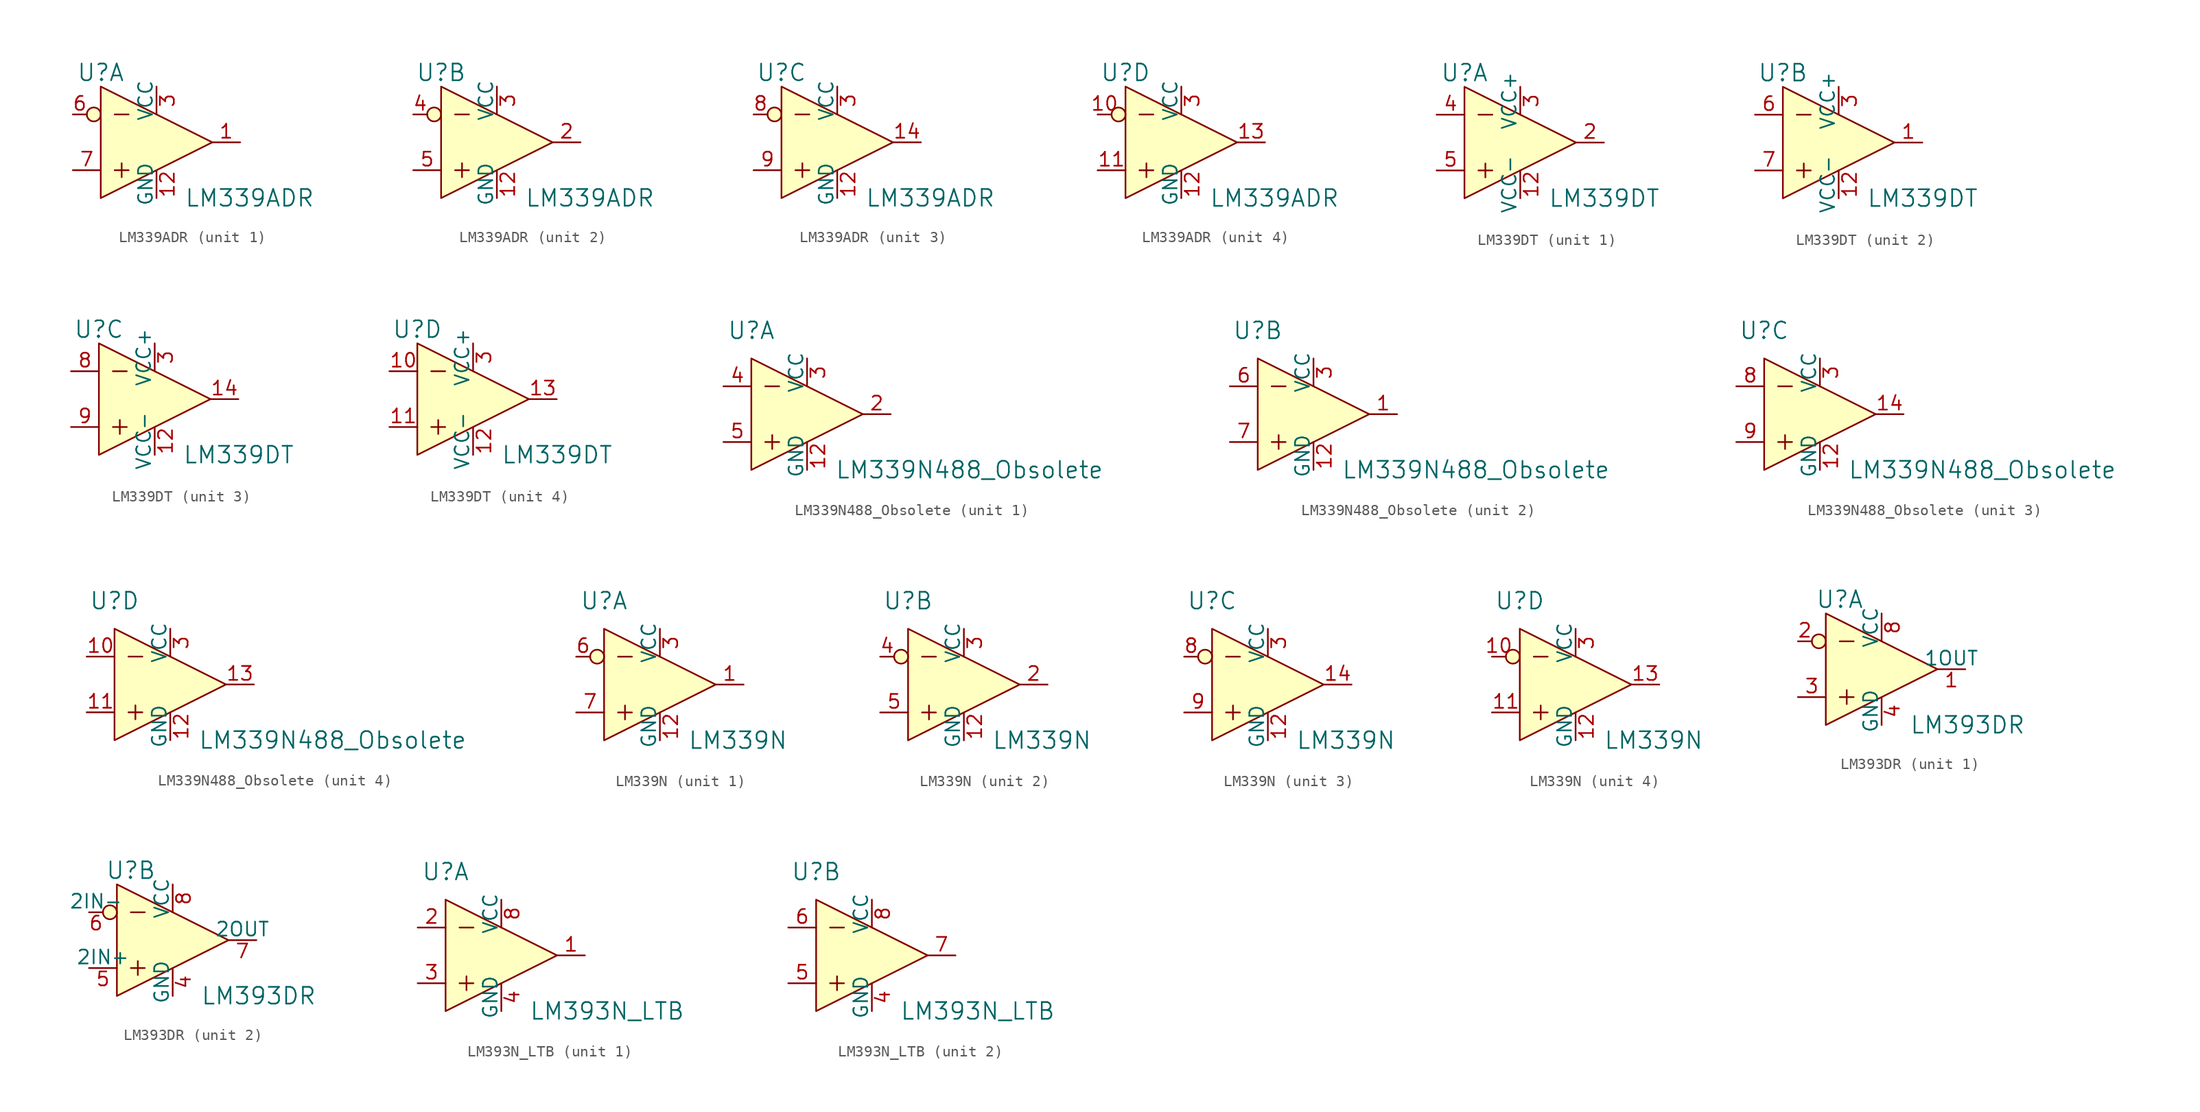
<source format=kicad_sym>
(kicad_symbol_lib
  (version 20220914)
  (generator kicad_symbol_editor)
  (symbol "LM339ADR"
    (pin_names
      (offset 0))
    (property "Reference" "U"
      (at -5.08 6.35 0)
      (effects (font (size 1.524 1.524))))
    (property "Value" "LM339ADR"
      (at 2.54 -5.08 0)
      (effects (font (size 1.524 1.524)) (justify left)))
    (property "ki_locked" ""
      (at 0 0 0)
      (effects (font (size 1.27 1.27))))
    (symbol "LM339ADR_0_1"
      (circle (center -5.715 2.54) (radius 0.635) (stroke (width 0) (type solid)) (fill (type background)))
      (polyline (pts (xy -3.81 -2.54) (xy -2.54 -2.54)) (stroke (width 0) (type solid)) (fill (type none)))
      (polyline (pts (xy -3.81 2.54) (xy -2.54 2.54)) (stroke (width 0) (type solid)) (fill (type none)))
      (polyline (pts (xy -3.175 -1.905) (xy -3.175 -3.175)) (stroke (width 0) (type solid)) (fill (type none)))
      (polyline (pts (xy -5.08 5.08) (xy -5.08 -5.08) (xy 5.08 0) (xy -5.08 5.08)) (stroke (width 0) (type solid)) (fill (type background))))
    (symbol "LM339ADR_1_1"
      (pin output line (at 7.62 0 180) (length 2.54) (name "~" (effects (font (size 1.27 1.27)))) (number "1" (effects (font (size 1.27 1.27)))))
      (pin power_in line (at 0 -5.08 90) (length 2.54) (name "GND" (effects (font (size 1.27 1.27)))) (number "12" (effects (font (size 1.27 1.27)))))
      (pin power_in line (at 0 5.08 270) (length 2.54) (name "VCC" (effects (font (size 1.27 1.27)))) (number "3" (effects (font (size 1.27 1.27)))))
      (pin input line (at -7.62 2.54 0) (length 1.27) (name "~" (effects (font (size 1.27 1.27)))) (number "6" (effects (font (size 1.27 1.27)))))
      (pin input line (at -7.62 -2.54 0) (length 2.54) (name "~" (effects (font (size 1.27 1.27)))) (number "7" (effects (font (size 1.27 1.27))))))
    (symbol "LM339ADR_2_1"
      (pin power_in line (at 0 -5.08 90) (length 2.54) (name "GND" (effects (font (size 1.27 1.27)))) (number "12" (effects (font (size 1.27 1.27)))))
      (pin output line (at 7.62 0 180) (length 2.54) (name "~" (effects (font (size 1.27 1.27)))) (number "2" (effects (font (size 1.27 1.27)))))
      (pin power_in line (at 0 5.08 270) (length 2.54) (name "VCC" (effects (font (size 1.27 1.27)))) (number "3" (effects (font (size 1.27 1.27)))))
      (pin input line (at -7.62 2.54 0) (length 1.27) (name "~" (effects (font (size 1.27 1.27)))) (number "4" (effects (font (size 1.27 1.27)))))
      (pin input line (at -7.62 -2.54 0) (length 2.54) (name "~" (effects (font (size 1.27 1.27)))) (number "5" (effects (font (size 1.27 1.27))))))
    (symbol "LM339ADR_3_1"
      (pin power_in line (at 0 -5.08 90) (length 2.54) (name "GND" (effects (font (size 1.27 1.27)))) (number "12" (effects (font (size 1.27 1.27)))))
      (pin output line (at 7.62 0 180) (length 2.54) (name "~" (effects (font (size 1.27 1.27)))) (number "14" (effects (font (size 1.27 1.27)))))
      (pin power_in line (at 0 5.08 270) (length 2.54) (name "VCC" (effects (font (size 1.27 1.27)))) (number "3" (effects (font (size 1.27 1.27)))))
      (pin input line (at -7.62 2.54 0) (length 1.27) (name "~" (effects (font (size 1.27 1.27)))) (number "8" (effects (font (size 1.27 1.27)))))
      (pin input line (at -7.62 -2.54 0) (length 2.54) (name "~" (effects (font (size 1.27 1.27)))) (number "9" (effects (font (size 1.27 1.27))))))
    (symbol "LM339ADR_4_1"
      (pin input line (at -7.62 2.54 0) (length 1.27) (name "~" (effects (font (size 1.27 1.27)))) (number "10" (effects (font (size 1.27 1.27)))))
      (pin input line (at -7.62 -2.54 0) (length 2.54) (name "~" (effects (font (size 1.27 1.27)))) (number "11" (effects (font (size 1.27 1.27)))))
      (pin power_in line (at 0 -5.08 90) (length 2.54) (name "GND" (effects (font (size 1.27 1.27)))) (number "12" (effects (font (size 1.27 1.27)))))
      (pin output line (at 7.62 0 180) (length 2.54) (name "~" (effects (font (size 1.27 1.27)))) (number "13" (effects (font (size 1.27 1.27)))))
      (pin power_in line (at 0 5.08 270) (length 2.54) (name "VCC" (effects (font (size 1.27 1.27)))) (number "3" (effects (font (size 1.27 1.27)))))))
  (symbol "LM339DT"
    (pin_names
      (offset 0))
    (property "Reference" "U"
      (at -5.08 6.35 0)
      (effects (font (size 1.524 1.524))))
    (property "Value" "LM339DT"
      (at 2.54 -5.08 0)
      (effects (font (size 1.524 1.524)) (justify left)))
    (property "ki_locked" ""
      (at 0 0 0)
      (effects (font (size 1.27 1.27))))
    (symbol "LM339DT_0_1"
      (polyline (pts (xy -3.81 2.54) (xy -2.54 2.54)) (stroke (width 0) (type solid)) (fill (type none)))
      (polyline (pts (xy -3.175 -1.905) (xy -3.175 -3.175)) (stroke (width 0) (type solid)) (fill (type none)))
      (polyline (pts (xy -2.54 -2.54) (xy -3.81 -2.54)) (stroke (width 0) (type solid)) (fill (type none)))
      (polyline (pts (xy -5.08 5.08) (xy -5.08 -5.08) (xy 5.08 0) (xy -5.08 5.08)) (stroke (width 0) (type solid)) (fill (type background))))
    (symbol "LM339DT_1_1"
      (pin power_in line (at 0 -5.08 90) (length 2.54) (name "VCC-" (effects (font (size 1.27 1.27)))) (number "12" (effects (font (size 1.27 1.27)))))
      (pin output line (at 7.62 0 180) (length 2.54) (name "~" (effects (font (size 1.27 1.27)))) (number "2" (effects (font (size 1.27 1.27)))))
      (pin power_in line (at 0 5.08 270) (length 2.54) (name "VCC+" (effects (font (size 1.27 1.27)))) (number "3" (effects (font (size 1.27 1.27)))))
      (pin input line (at -7.62 2.54 0) (length 2.54) (name "~" (effects (font (size 1.27 1.27)))) (number "4" (effects (font (size 1.27 1.27)))))
      (pin input line (at -7.62 -2.54 0) (length 2.54) (name "~" (effects (font (size 1.27 1.27)))) (number "5" (effects (font (size 1.27 1.27))))))
    (symbol "LM339DT_2_1"
      (pin output line (at 7.62 0 180) (length 2.54) (name "~" (effects (font (size 1.27 1.27)))) (number "1" (effects (font (size 1.27 1.27)))))
      (pin power_in line (at 0 -5.08 90) (length 2.54) (name "VCC-" (effects (font (size 1.27 1.27)))) (number "12" (effects (font (size 1.27 1.27)))))
      (pin power_in line (at 0 5.08 270) (length 2.54) (name "VCC+" (effects (font (size 1.27 1.27)))) (number "3" (effects (font (size 1.27 1.27)))))
      (pin input line (at -7.62 2.54 0) (length 2.54) (name "~" (effects (font (size 1.27 1.27)))) (number "6" (effects (font (size 1.27 1.27)))))
      (pin input line (at -7.62 -2.54 0) (length 2.54) (name "~" (effects (font (size 1.27 1.27)))) (number "7" (effects (font (size 1.27 1.27))))))
    (symbol "LM339DT_3_1"
      (pin power_in line (at 0 -5.08 90) (length 2.54) (name "VCC-" (effects (font (size 1.27 1.27)))) (number "12" (effects (font (size 1.27 1.27)))))
      (pin output line (at 7.62 0 180) (length 2.54) (name "~" (effects (font (size 1.27 1.27)))) (number "14" (effects (font (size 1.27 1.27)))))
      (pin power_in line (at 0 5.08 270) (length 2.54) (name "VCC+" (effects (font (size 1.27 1.27)))) (number "3" (effects (font (size 1.27 1.27)))))
      (pin input line (at -7.62 2.54 0) (length 2.54) (name "~" (effects (font (size 1.27 1.27)))) (number "8" (effects (font (size 1.27 1.27)))))
      (pin input line (at -7.62 -2.54 0) (length 2.54) (name "~" (effects (font (size 1.27 1.27)))) (number "9" (effects (font (size 1.27 1.27))))))
    (symbol "LM339DT_4_1"
      (pin input line (at -7.62 2.54 0) (length 2.54) (name "~" (effects (font (size 1.27 1.27)))) (number "10" (effects (font (size 1.27 1.27)))))
      (pin input line (at -7.62 -2.54 0) (length 2.54) (name "~" (effects (font (size 1.27 1.27)))) (number "11" (effects (font (size 1.27 1.27)))))
      (pin power_in line (at 0 -5.08 90) (length 2.54) (name "VCC-" (effects (font (size 1.27 1.27)))) (number "12" (effects (font (size 1.27 1.27)))))
      (pin output line (at 7.62 0 180) (length 2.54) (name "~" (effects (font (size 1.27 1.27)))) (number "13" (effects (font (size 1.27 1.27)))))
      (pin power_in line (at 0 5.08 270) (length 2.54) (name "VCC+" (effects (font (size 1.27 1.27)))) (number "3" (effects (font (size 1.27 1.27)))))))
  (symbol "LM339N488_Obsolete"
    (pin_names
      (offset 0))
    (property "Reference" "U"
      (at -5.08 7.62 0)
      (effects (font (size 1.524 1.524))))
    (property "Value" "LM339N488_Obsolete"
      (at 2.54 -5.08 0)
      (effects (font (size 1.524 1.524)) (justify left)))
    (property "ki_locked" ""
      (at 0 0 0)
      (effects (font (size 1.27 1.27))))
    (symbol "LM339N488_Obsolete_0_1"
      (polyline (pts (xy -3.81 -2.54) (xy -2.54 -2.54)) (stroke (width 0) (type solid)) (fill (type none)))
      (polyline (pts (xy -3.81 2.54) (xy -2.54 2.54)) (stroke (width 0) (type solid)) (fill (type none)))
      (polyline (pts (xy -3.175 -1.905) (xy -3.175 -3.175)) (stroke (width 0) (type solid)) (fill (type none)))
      (polyline (pts (xy -5.08 5.08) (xy -5.08 -5.08) (xy 5.08 0) (xy -5.08 5.08)) (stroke (width 0) (type solid)) (fill (type background))))
    (symbol "LM339N488_Obsolete_1_1"
      (pin power_in line (at 0 -5.08 90) (length 2.54) (name "GND" (effects (font (size 1.27 1.27)))) (number "12" (effects (font (size 1.27 1.27)))))
      (pin output line (at 7.62 0 180) (length 2.54) (name "~" (effects (font (size 1.27 1.27)))) (number "2" (effects (font (size 1.27 1.27)))))
      (pin power_in line (at 0 5.08 270) (length 2.54) (name "VCC" (effects (font (size 1.27 1.27)))) (number "3" (effects (font (size 1.27 1.27)))))
      (pin input line (at -7.62 2.54 0) (length 2.54) (name "~" (effects (font (size 1.27 1.27)))) (number "4" (effects (font (size 1.27 1.27)))))
      (pin input line (at -7.62 -2.54 0) (length 2.54) (name "~" (effects (font (size 1.27 1.27)))) (number "5" (effects (font (size 1.27 1.27))))))
    (symbol "LM339N488_Obsolete_2_1"
      (pin output line (at 7.62 0 180) (length 2.54) (name "~" (effects (font (size 1.27 1.27)))) (number "1" (effects (font (size 1.27 1.27)))))
      (pin power_in line (at 0 -5.08 90) (length 2.54) (name "GND" (effects (font (size 1.27 1.27)))) (number "12" (effects (font (size 1.27 1.27)))))
      (pin power_in line (at 0 5.08 270) (length 2.54) (name "VCC" (effects (font (size 1.27 1.27)))) (number "3" (effects (font (size 1.27 1.27)))))
      (pin input line (at -7.62 2.54 0) (length 2.54) (name "~" (effects (font (size 1.27 1.27)))) (number "6" (effects (font (size 1.27 1.27)))))
      (pin input line (at -7.62 -2.54 0) (length 2.54) (name "~" (effects (font (size 1.27 1.27)))) (number "7" (effects (font (size 1.27 1.27))))))
    (symbol "LM339N488_Obsolete_3_1"
      (pin power_in line (at 0 -5.08 90) (length 2.54) (name "GND" (effects (font (size 1.27 1.27)))) (number "12" (effects (font (size 1.27 1.27)))))
      (pin output line (at 7.62 0 180) (length 2.54) (name "~" (effects (font (size 1.27 1.27)))) (number "14" (effects (font (size 1.27 1.27)))))
      (pin power_in line (at 0 5.08 270) (length 2.54) (name "VCC" (effects (font (size 1.27 1.27)))) (number "3" (effects (font (size 1.27 1.27)))))
      (pin input line (at -7.62 2.54 0) (length 2.54) (name "~" (effects (font (size 1.27 1.27)))) (number "8" (effects (font (size 1.27 1.27)))))
      (pin input line (at -7.62 -2.54 0) (length 2.54) (name "~" (effects (font (size 1.27 1.27)))) (number "9" (effects (font (size 1.27 1.27))))))
    (symbol "LM339N488_Obsolete_4_1"
      (pin input line (at -7.62 2.54 0) (length 2.54) (name "~" (effects (font (size 1.27 1.27)))) (number "10" (effects (font (size 1.27 1.27)))))
      (pin input line (at -7.62 -2.54 0) (length 2.54) (name "~" (effects (font (size 1.27 1.27)))) (number "11" (effects (font (size 1.27 1.27)))))
      (pin power_in line (at 0 -5.08 90) (length 2.54) (name "GND" (effects (font (size 1.27 1.27)))) (number "12" (effects (font (size 1.27 1.27)))))
      (pin output line (at 7.62 0 180) (length 2.54) (name "~" (effects (font (size 1.27 1.27)))) (number "13" (effects (font (size 1.27 1.27)))))
      (pin power_in line (at 0 5.08 270) (length 2.54) (name "VCC" (effects (font (size 1.27 1.27)))) (number "3" (effects (font (size 1.27 1.27)))))))
  (symbol "LM339N"
    (pin_names
      (offset 0))
    (property "Reference" "U"
      (at -5.08 7.62 0)
      (effects (font (size 1.524 1.524))))
    (property "Value" "LM339N"
      (at 2.54 -5.08 0)
      (effects (font (size 1.524 1.524)) (justify left)))
    (property "ki_locked" ""
      (at 0 0 0)
      (effects (font (size 1.27 1.27))))
    (symbol "LM339N_0_1"
      (circle (center -5.715 2.54) (radius 0.635) (stroke (width 0) (type solid)) (fill (type background)))
      (polyline (pts (xy -3.81 -2.54) (xy -2.54 -2.54)) (stroke (width 0) (type solid)) (fill (type none)))
      (polyline (pts (xy -3.81 2.54) (xy -2.54 2.54)) (stroke (width 0) (type solid)) (fill (type none)))
      (polyline (pts (xy -3.175 -1.905) (xy -3.175 -3.175)) (stroke (width 0) (type solid)) (fill (type none)))
      (polyline (pts (xy -5.08 5.08) (xy -5.08 -5.08) (xy 5.08 0) (xy -5.08 5.08)) (stroke (width 0) (type solid)) (fill (type background))))
    (symbol "LM339N_1_1"
      (pin output line (at 7.62 0 180) (length 2.54) (name "~" (effects (font (size 1.27 1.27)))) (number "1" (effects (font (size 1.27 1.27)))))
      (pin power_in line (at 0 -5.08 90) (length 2.54) (name "GND" (effects (font (size 1.27 1.27)))) (number "12" (effects (font (size 1.27 1.27)))))
      (pin power_in line (at 0 5.08 270) (length 2.54) (name "VCC" (effects (font (size 1.27 1.27)))) (number "3" (effects (font (size 1.27 1.27)))))
      (pin input line (at -7.62 2.54 0) (length 1.27) (name "~" (effects (font (size 1.27 1.27)))) (number "6" (effects (font (size 1.27 1.27)))))
      (pin input line (at -7.62 -2.54 0) (length 2.54) (name "~" (effects (font (size 1.27 1.27)))) (number "7" (effects (font (size 1.27 1.27))))))
    (symbol "LM339N_2_1"
      (pin power_in line (at 0 -5.08 90) (length 2.54) (name "GND" (effects (font (size 1.27 1.27)))) (number "12" (effects (font (size 1.27 1.27)))))
      (pin output line (at 7.62 0 180) (length 2.54) (name "~" (effects (font (size 1.27 1.27)))) (number "2" (effects (font (size 1.27 1.27)))))
      (pin power_in line (at 0 5.08 270) (length 2.54) (name "VCC" (effects (font (size 1.27 1.27)))) (number "3" (effects (font (size 1.27 1.27)))))
      (pin input line (at -7.62 2.54 0) (length 1.27) (name "~" (effects (font (size 1.27 1.27)))) (number "4" (effects (font (size 1.27 1.27)))))
      (pin input line (at -7.62 -2.54 0) (length 2.54) (name "~" (effects (font (size 1.27 1.27)))) (number "5" (effects (font (size 1.27 1.27))))))
    (symbol "LM339N_3_1"
      (pin power_in line (at 0 -5.08 90) (length 2.54) (name "GND" (effects (font (size 1.27 1.27)))) (number "12" (effects (font (size 1.27 1.27)))))
      (pin output line (at 7.62 0 180) (length 2.54) (name "~" (effects (font (size 1.27 1.27)))) (number "14" (effects (font (size 1.27 1.27)))))
      (pin power_in line (at 0 5.08 270) (length 2.54) (name "VCC" (effects (font (size 1.27 1.27)))) (number "3" (effects (font (size 1.27 1.27)))))
      (pin input line (at -7.62 2.54 0) (length 1.27) (name "~" (effects (font (size 1.27 1.27)))) (number "8" (effects (font (size 1.27 1.27)))))
      (pin input line (at -7.62 -2.54 0) (length 2.54) (name "~" (effects (font (size 1.27 1.27)))) (number "9" (effects (font (size 1.27 1.27))))))
    (symbol "LM339N_4_1"
      (pin input line (at -7.62 2.54 0) (length 1.27) (name "~" (effects (font (size 1.27 1.27)))) (number "10" (effects (font (size 1.27 1.27)))))
      (pin input line (at -7.62 -2.54 0) (length 2.54) (name "~" (effects (font (size 1.27 1.27)))) (number "11" (effects (font (size 1.27 1.27)))))
      (pin power_in line (at 0 -5.08 90) (length 2.54) (name "GND" (effects (font (size 1.27 1.27)))) (number "12" (effects (font (size 1.27 1.27)))))
      (pin output line (at 7.62 0 180) (length 2.54) (name "~" (effects (font (size 1.27 1.27)))) (number "13" (effects (font (size 1.27 1.27)))))
      (pin power_in line (at 0 5.08 270) (length 2.54) (name "VCC" (effects (font (size 1.27 1.27)))) (number "3" (effects (font (size 1.27 1.27)))))))
  (symbol "LM393DR"
    (pin_names
      (offset 0))
    (property "Reference" "U"
      (at -3.81 6.35 0)
      (effects (font (size 1.524 1.524))))
    (property "Value" "LM393DR"
      (at 2.54 -5.08 0)
      (effects (font (size 1.524 1.524)) (justify left)))
    (property "ki_locked" ""
      (at 0 0 0)
      (effects (font (size 1.27 1.27))))
    (symbol "LM393DR_0_1"
      (circle (center -5.715 2.54) (radius 0.635) (stroke (width 0) (type solid)) (fill (type background)))
      (polyline (pts (xy -3.81 -2.54) (xy -2.54 -2.54)) (stroke (width 0) (type solid)) (fill (type none)))
      (polyline (pts (xy -3.81 2.54) (xy -2.54 2.54)) (stroke (width 0) (type solid)) (fill (type none)))
      (polyline (pts (xy -3.175 -1.905) (xy -3.175 -3.175)) (stroke (width 0) (type solid)) (fill (type none)))
      (polyline (pts (xy -5.08 5.08) (xy -5.08 -5.08) (xy 5.08 0) (xy -5.08 5.08)) (stroke (width 0) (type solid)) (fill (type background))))
    (symbol "LM393DR_1_1"
      (pin output line (at 7.62 0 180) (length 2.54) (name "1OUT" (effects (font (size 1.27 1.27)))) (number "1" (effects (font (size 1.27 1.27)))))
      (pin input line (at -7.62 2.54 0) (length 1.27) (name "~" (effects (font (size 1.27 1.27)))) (number "2" (effects (font (size 1.27 1.27)))))
      (pin input line (at -7.62 -2.54 0) (length 2.54) (name "~" (effects (font (size 1.27 1.27)))) (number "3" (effects (font (size 1.27 1.27)))))
      (pin power_in line (at 0 -5.08 90) (length 2.54) (name "GND" (effects (font (size 1.27 1.27)))) (number "4" (effects (font (size 1.27 1.27)))))
      (pin power_in line (at 0 5.08 270) (length 2.54) (name "VCC" (effects (font (size 1.27 1.27)))) (number "8" (effects (font (size 1.27 1.27))))))
    (symbol "LM393DR_2_1"
      (pin power_in line (at 0 -5.08 90) (length 2.54) (name "GND" (effects (font (size 1.27 1.27)))) (number "4" (effects (font (size 1.27 1.27)))))
      (pin input line (at -7.62 -2.54 0) (length 2.54) (name "2IN+" (effects (font (size 1.27 1.27)))) (number "5" (effects (font (size 1.27 1.27)))))
      (pin input line (at -7.62 2.54 0) (length 1.27) (name "2IN-" (effects (font (size 1.27 1.27)))) (number "6" (effects (font (size 1.27 1.27)))))
      (pin output line (at 7.62 0 180) (length 2.54) (name "2OUT" (effects (font (size 1.27 1.27)))) (number "7" (effects (font (size 1.27 1.27)))))
      (pin power_in line (at 0 5.08 270) (length 2.54) (name "VCC" (effects (font (size 1.27 1.27)))) (number "8" (effects (font (size 1.27 1.27)))))))
  (symbol "LM393N_LTB"
    (pin_names
      (offset 0))
    (property "Reference" "U"
      (at -5.08 7.62 0)
      (effects (font (size 1.524 1.524))))
    (property "Value" "LM393N_LTB"
      (at 2.54 -5.08 0)
      (effects (font (size 1.524 1.524)) (justify left)))
    (property "ki_locked" ""
      (at 0 0 0)
      (effects (font (size 1.27 1.27))))
    (symbol "LM393N_LTB_0_1"
      (polyline (pts (xy -3.81 -2.54) (xy -2.54 -2.54)) (stroke (width 0) (type solid)) (fill (type none)))
      (polyline (pts (xy -3.81 2.54) (xy -2.54 2.54)) (stroke (width 0) (type solid)) (fill (type none)))
      (polyline (pts (xy -3.175 -1.905) (xy -3.175 -3.175)) (stroke (width 0) (type solid)) (fill (type none)))
      (polyline (pts (xy -5.08 5.08) (xy -5.08 -5.08) (xy 5.08 0) (xy -5.08 5.08)) (stroke (width 0) (type solid)) (fill (type background))))
    (symbol "LM393N_LTB_1_1"
      (pin output line (at 7.62 0 180) (length 2.54) (name "~" (effects (font (size 1.27 1.27)))) (number "1" (effects (font (size 1.27 1.27)))))
      (pin input line (at -7.62 2.54 0) (length 2.54) (name "~" (effects (font (size 1.27 1.27)))) (number "2" (effects (font (size 1.27 1.27)))))
      (pin input line (at -7.62 -2.54 0) (length 2.54) (name "~" (effects (font (size 1.27 1.27)))) (number "3" (effects (font (size 1.27 1.27)))))
      (pin power_in line (at 0 -5.08 90) (length 2.54) (name "GND" (effects (font (size 1.27 1.27)))) (number "4" (effects (font (size 1.27 1.27)))))
      (pin power_in line (at 0 5.08 270) (length 2.54) (name "VCC" (effects (font (size 1.27 1.27)))) (number "8" (effects (font (size 1.27 1.27))))))
    (symbol "LM393N_LTB_2_1"
      (pin power_in line (at 0 -5.08 90) (length 2.54) (name "GND" (effects (font (size 1.27 1.27)))) (number "4" (effects (font (size 1.27 1.27)))))
      (pin input line (at -7.62 -2.54 0) (length 2.54) (name "~" (effects (font (size 1.27 1.27)))) (number "5" (effects (font (size 1.27 1.27)))))
      (pin input line (at -7.62 2.54 0) (length 2.54) (name "~" (effects (font (size 1.27 1.27)))) (number "6" (effects (font (size 1.27 1.27)))))
      (pin output line (at 7.62 0 180) (length 2.54) (name "~" (effects (font (size 1.27 1.27)))) (number "7" (effects (font (size 1.27 1.27)))))
      (pin power_in line (at 0 5.08 270) (length 2.54) (name "VCC" (effects (font (size 1.27 1.27)))) (number "8" (effects (font (size 1.27 1.27))))))))
</source>
